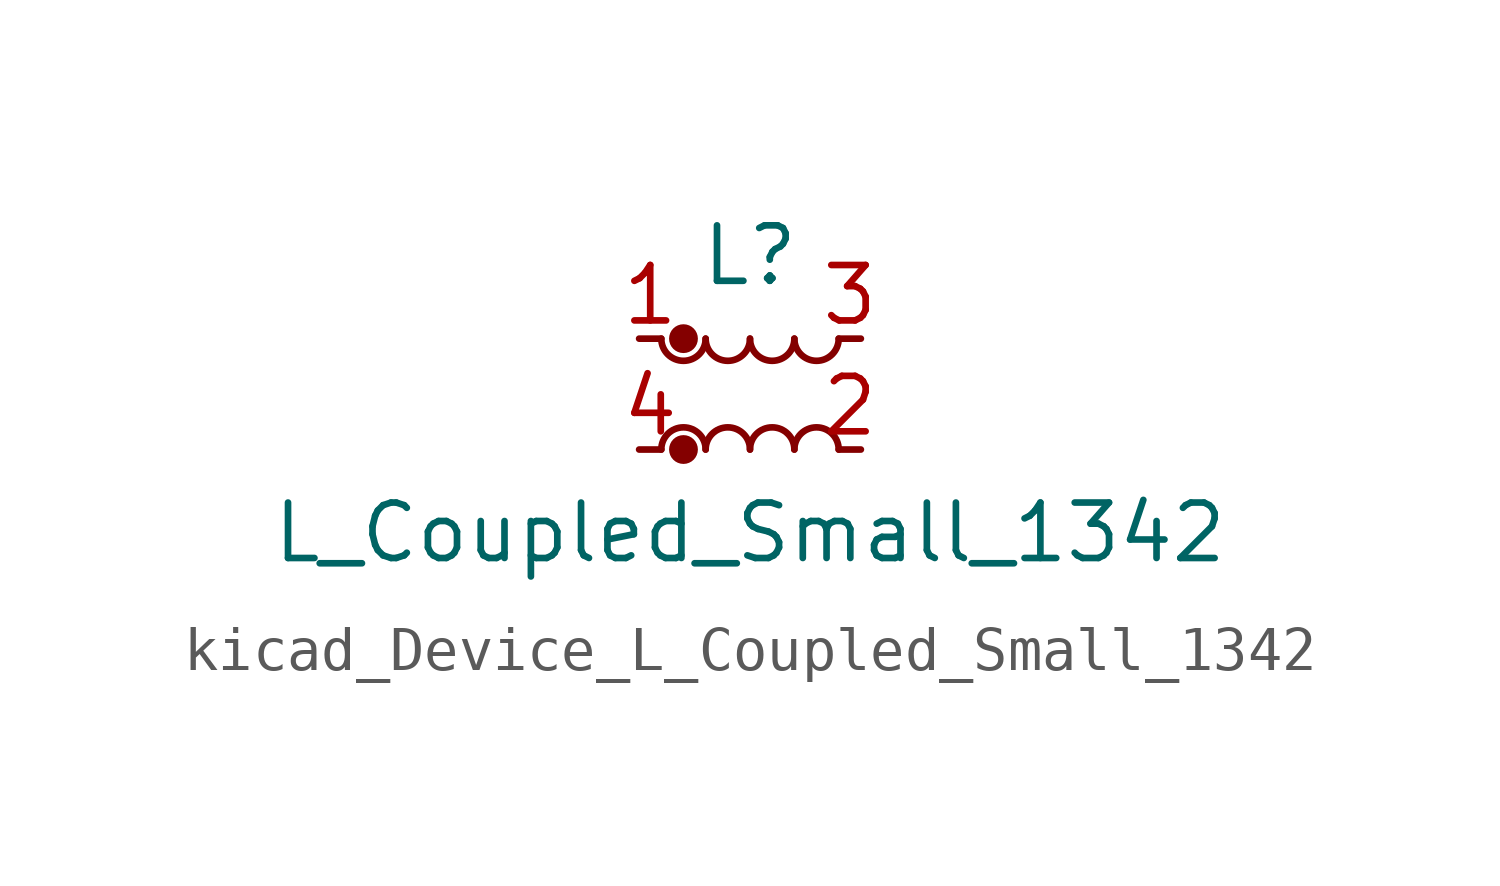
<source format=kicad_sym>
(kicad_symbol_lib
  (version 20220914)
  (generator kicad_symbol_editor)
  (symbol "kicad_Device_L_Coupled_Small_1342"
    (pin_names
      (offset 0.254) hide)
    (property "Reference" "L"
      (at 0 3.175 0)
      (effects (font (size 1.27 1.27))))
    (property "Value" "L_Coupled_Small_1342"
      (at 0 -3.175 0)
      (effects (font (size 1.27 1.27))))
    (symbol "kicad_Device_L_Coupled_Small_1342_0_1"
      (arc (start -2.032 1.27) (mid -1.524 0.7642) (end -1.016 1.27) (stroke (width 0) (type default)) (fill (type none)))
      (circle (center -1.524 -1.27) (radius 0.254) (stroke (width 0) (type default)) (fill (type outline)))
      (circle (center -1.524 1.27) (radius 0.254) (stroke (width 0) (type default)) (fill (type outline)))
      (arc (start -1.016 -1.27) (mid -1.524 -0.7642) (end -2.032 -1.27) (stroke (width 0) (type default)) (fill (type none)))
      (arc (start -1.016 1.27) (mid -0.508 0.7642) (end 0 1.27) (stroke (width 0) (type default)) (fill (type none)))
      (arc (start 0 -1.27) (mid -0.508 -0.7642) (end -1.016 -1.27) (stroke (width 0) (type default)) (fill (type none)))
      (arc (start 0 1.27) (mid 0.508 0.7642) (end 1.016 1.27) (stroke (width 0) (type default)) (fill (type none)))
      (arc (start 1.016 -1.27) (mid 0.508 -0.7642) (end 0 -1.27) (stroke (width 0) (type default)) (fill (type none)))
      (arc (start 1.016 1.27) (mid 1.524 0.7642) (end 2.032 1.27) (stroke (width 0) (type default)) (fill (type none)))
      (arc (start 2.032 -1.27) (mid 1.524 -0.7642) (end 1.016 -1.27) (stroke (width 0) (type default)) (fill (type none))))
    (symbol "kicad_Device_L_Coupled_Small_1342_1_1"
      (pin passive line (at -2.54 1.27 0) (length 0.508) (name "1" (effects (font (size 1.27 1.27)))) (number "1" (effects (font (size 1.27 1.27)))))
      (pin passive line (at 2.54 -1.27 180) (length 0.508) (name "2" (effects (font (size 1.27 1.27)))) (number "2" (effects (font (size 1.27 1.27)))))
      (pin passive line (at 2.54 1.27 180) (length 0.508) (name "3" (effects (font (size 1.27 1.27)))) (number "3" (effects (font (size 1.27 1.27)))))
      (pin passive line (at -2.54 -1.27 0) (length 0.508) (name "4" (effects (font (size 1.27 1.27)))) (number "4" (effects (font (size 1.27 1.27))))))))
</source>
